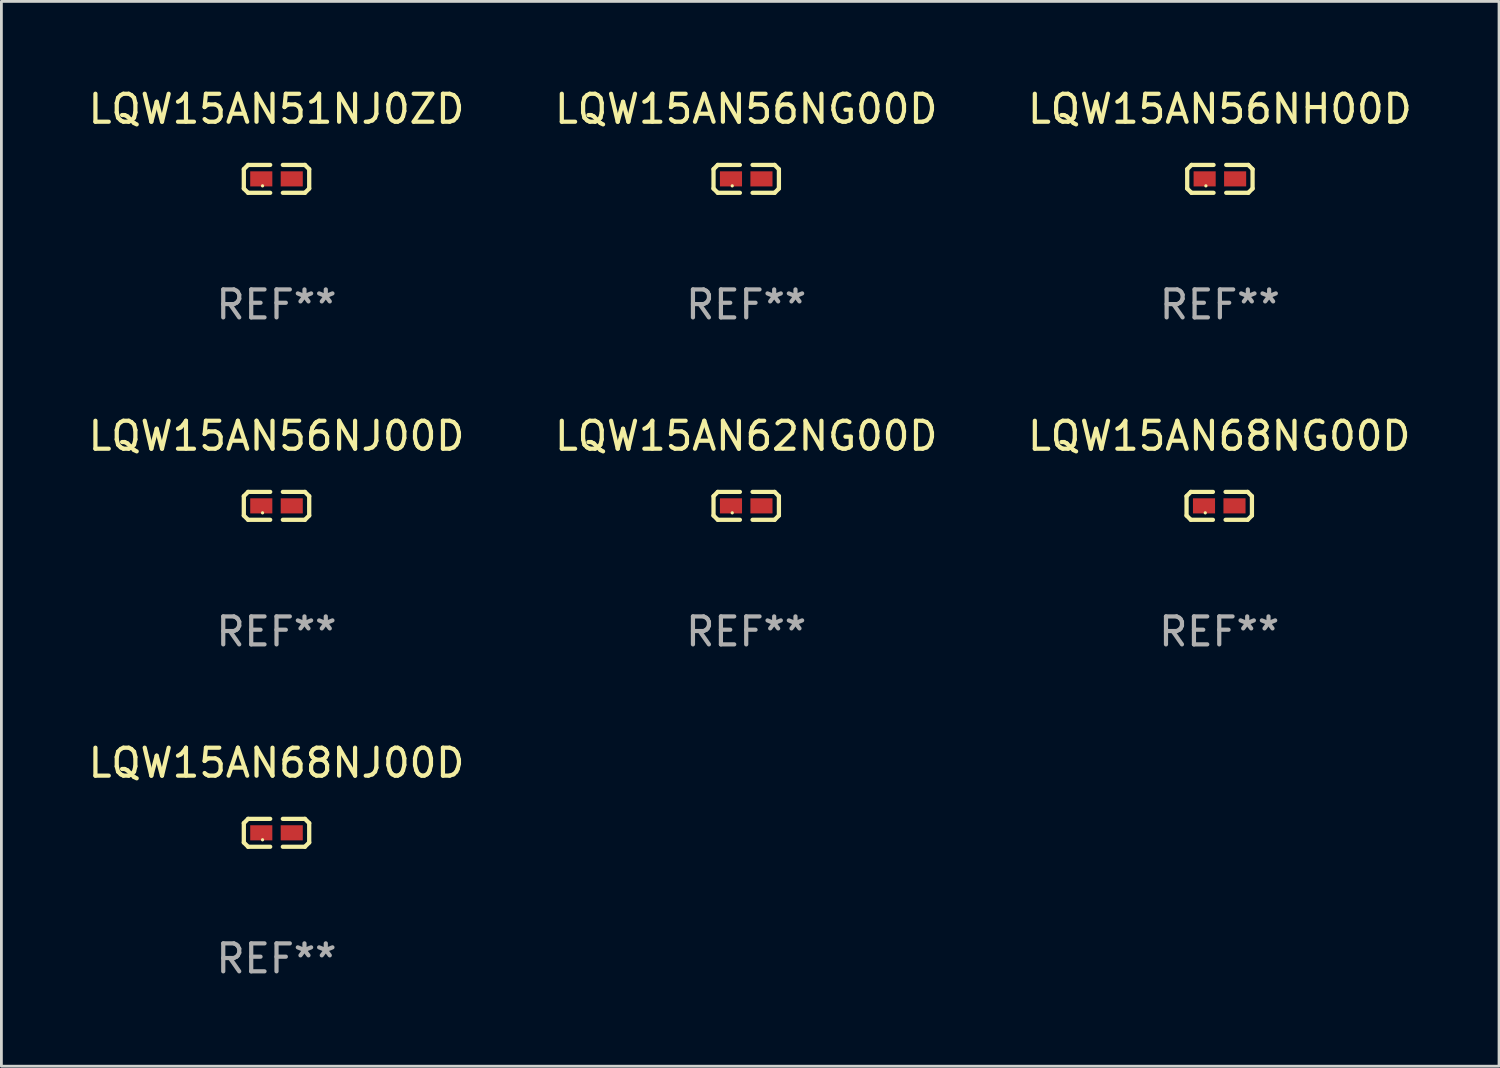
<source format=kicad_pcb>
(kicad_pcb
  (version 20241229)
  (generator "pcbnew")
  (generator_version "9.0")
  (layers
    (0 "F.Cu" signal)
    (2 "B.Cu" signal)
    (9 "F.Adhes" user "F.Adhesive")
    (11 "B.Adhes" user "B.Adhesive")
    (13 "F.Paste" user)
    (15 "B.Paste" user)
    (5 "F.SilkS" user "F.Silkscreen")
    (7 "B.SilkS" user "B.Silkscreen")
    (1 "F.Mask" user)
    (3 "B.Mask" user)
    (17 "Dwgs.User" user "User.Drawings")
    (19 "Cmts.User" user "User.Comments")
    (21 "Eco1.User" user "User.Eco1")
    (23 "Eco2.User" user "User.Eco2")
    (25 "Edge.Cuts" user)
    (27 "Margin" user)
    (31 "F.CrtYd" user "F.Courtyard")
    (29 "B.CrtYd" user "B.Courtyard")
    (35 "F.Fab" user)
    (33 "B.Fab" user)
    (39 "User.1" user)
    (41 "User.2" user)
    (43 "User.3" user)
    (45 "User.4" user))
  (footprint "LQW15AN68NJ00D"
    (layer "F.Cu")
    (at 6.839 26.734)
    (property "Reference" "LQW15AN68NJ00D" (at 0 -2.499 0) (layer "F.SilkS") (effects (font (size 1 1) (thickness 0.15))))
    (attr through_hole)
    (fp_line (start -1.169 -0.346) (end -1.016 -0.499) (stroke (width 0.152) (type solid)) (layer "F.SilkS"))
    (fp_line (start -1.169 0.346) (end -1.169 -0.346) (stroke (width 0.152) (type solid)) (layer "F.SilkS"))
    (fp_line (start -1.016 -0.499) (end -0.226 -0.499) (stroke (width 0.152) (type solid)) (layer "F.SilkS"))
    (fp_line (start -1.016 0.499) (end -1.169 0.346) (stroke (width 0.152) (type solid)) (layer "F.SilkS"))
    (fp_line (start -0.226 0.499) (end -1.016 0.499) (stroke (width 0.152) (type solid)) (layer "F.SilkS"))
    (fp_line (start 0.226 0.499) (end 1.016 0.499) (stroke (width 0.152) (type solid)) (layer "F.SilkS"))
    (fp_line (start 1.016 -0.499) (end 0.226 -0.499) (stroke (width 0.152) (type solid)) (layer "F.SilkS"))
    (fp_line (start 1.016 0.499) (end 1.169 0.346) (stroke (width 0.152) (type solid)) (layer "F.SilkS"))
    (fp_line (start 1.169 -0.346) (end 1.016 -0.499) (stroke (width 0.152) (type solid)) (layer "F.SilkS"))
    (fp_line (start 1.169 0.346) (end 1.169 -0.346) (stroke (width 0.152) (type solid)) (layer "F.SilkS"))
    (fp_circle (center -0.5 0.25) (end -0.47 0.25) (stroke (width 0.06) (type solid)) (fill no) (layer "F.SilkS"))
    (fp_text user "REF**" (at 0 4.499 0) (layer "F.Fab") (effects (font (size 1 1) (thickness 0.15))))
    (pad "1" smd rect (at -0.545 0) (size 0.79 0.54) (layers "F.Cu" "F.Mask" "F.Paste"))
    (pad "2" smd rect (at 0.545 0) (size 0.79 0.54) (layers "F.Cu" "F.Mask" "F.Paste")))
  (footprint "LQW15AN51NJ0ZD"
    (layer "F.Cu")
    (at 6.839 3.347)
    (property "Reference" "LQW15AN51NJ0ZD" (at 0 -2.499 0) (layer "F.SilkS") (effects (font (size 1 1) (thickness 0.15))))
    (attr through_hole)
    (fp_line (start -1.169 -0.346) (end -1.016 -0.499) (stroke (width 0.152) (type solid)) (layer "F.SilkS"))
    (fp_line (start -1.169 0.346) (end -1.169 -0.346) (stroke (width 0.152) (type solid)) (layer "F.SilkS"))
    (fp_line (start -1.016 -0.499) (end -0.226 -0.499) (stroke (width 0.152) (type solid)) (layer "F.SilkS"))
    (fp_line (start -1.016 0.499) (end -1.169 0.346) (stroke (width 0.152) (type solid)) (layer "F.SilkS"))
    (fp_line (start -0.226 0.499) (end -1.016 0.499) (stroke (width 0.152) (type solid)) (layer "F.SilkS"))
    (fp_line (start 0.226 0.499) (end 1.016 0.499) (stroke (width 0.152) (type solid)) (layer "F.SilkS"))
    (fp_line (start 1.016 -0.499) (end 0.226 -0.499) (stroke (width 0.152) (type solid)) (layer "F.SilkS"))
    (fp_line (start 1.016 0.499) (end 1.169 0.346) (stroke (width 0.152) (type solid)) (layer "F.SilkS"))
    (fp_line (start 1.169 -0.346) (end 1.016 -0.499) (stroke (width 0.152) (type solid)) (layer "F.SilkS"))
    (fp_line (start 1.169 0.346) (end 1.169 -0.346) (stroke (width 0.152) (type solid)) (layer "F.SilkS"))
    (fp_circle (center -0.5 0.25) (end -0.47 0.25) (stroke (width 0.06) (type solid)) (fill no) (layer "F.SilkS"))
    (fp_text user "REF**" (at 0 4.499 0) (layer "F.Fab") (effects (font (size 1 1) (thickness 0.15))))
    (pad "1" smd rect (at -0.545 0) (size 0.79 0.54) (layers "F.Cu" "F.Mask" "F.Paste"))
    (pad "2" smd rect (at 0.545 0) (size 0.79 0.54) (layers "F.Cu" "F.Mask" "F.Paste")))
  (footprint "LQW15AN56NG00D"
    (layer "F.Cu")
    (at 23.637 3.347)
    (property "Reference" "LQW15AN56NG00D" (at 0 -2.499 0) (layer "F.SilkS") (effects (font (size 1 1) (thickness 0.15))))
    (attr through_hole)
    (fp_line (start -1.169 -0.346) (end -1.016 -0.499) (stroke (width 0.152) (type solid)) (layer "F.SilkS"))
    (fp_line (start -1.169 0.346) (end -1.169 -0.346) (stroke (width 0.152) (type solid)) (layer "F.SilkS"))
    (fp_line (start -1.016 -0.499) (end -0.226 -0.499) (stroke (width 0.152) (type solid)) (layer "F.SilkS"))
    (fp_line (start -1.016 0.499) (end -1.169 0.346) (stroke (width 0.152) (type solid)) (layer "F.SilkS"))
    (fp_line (start -0.226 0.499) (end -1.016 0.499) (stroke (width 0.152) (type solid)) (layer "F.SilkS"))
    (fp_line (start 0.226 0.499) (end 1.016 0.499) (stroke (width 0.152) (type solid)) (layer "F.SilkS"))
    (fp_line (start 1.016 -0.499) (end 0.226 -0.499) (stroke (width 0.152) (type solid)) (layer "F.SilkS"))
    (fp_line (start 1.016 0.499) (end 1.169 0.346) (stroke (width 0.152) (type solid)) (layer "F.SilkS"))
    (fp_line (start 1.169 -0.346) (end 1.016 -0.499) (stroke (width 0.152) (type solid)) (layer "F.SilkS"))
    (fp_line (start 1.169 0.346) (end 1.169 -0.346) (stroke (width 0.152) (type solid)) (layer "F.SilkS"))
    (fp_circle (center -0.5 0.25) (end -0.47 0.25) (stroke (width 0.06) (type solid)) (fill no) (layer "F.SilkS"))
    (fp_text user "REF**" (at 0 4.499 0) (layer "F.Fab") (effects (font (size 1 1) (thickness 0.15))))
    (pad "1" smd rect (at -0.545 0) (size 0.79 0.54) (layers "F.Cu" "F.Mask" "F.Paste"))
    (pad "2" smd rect (at 0.545 0) (size 0.79 0.54) (layers "F.Cu" "F.Mask" "F.Paste")))
  (footprint "LQW15AN68NG00D"
    (layer "F.Cu")
    (at 40.554 15.041)
    (property "Reference" "LQW15AN68NG00D" (at 0 -2.499 0) (layer "F.SilkS") (effects (font (size 1 1) (thickness 0.15))))
    (attr through_hole)
    (fp_line (start -1.169 -0.346) (end -1.016 -0.499) (stroke (width 0.152) (type solid)) (layer "F.SilkS"))
    (fp_line (start -1.169 0.346) (end -1.169 -0.346) (stroke (width 0.152) (type solid)) (layer "F.SilkS"))
    (fp_line (start -1.016 -0.499) (end -0.226 -0.499) (stroke (width 0.152) (type solid)) (layer "F.SilkS"))
    (fp_line (start -1.016 0.499) (end -1.169 0.346) (stroke (width 0.152) (type solid)) (layer "F.SilkS"))
    (fp_line (start -0.226 0.499) (end -1.016 0.499) (stroke (width 0.152) (type solid)) (layer "F.SilkS"))
    (fp_line (start 0.226 0.499) (end 1.016 0.499) (stroke (width 0.152) (type solid)) (layer "F.SilkS"))
    (fp_line (start 1.016 -0.499) (end 0.226 -0.499) (stroke (width 0.152) (type solid)) (layer "F.SilkS"))
    (fp_line (start 1.016 0.499) (end 1.169 0.346) (stroke (width 0.152) (type solid)) (layer "F.SilkS"))
    (fp_line (start 1.169 -0.346) (end 1.016 -0.499) (stroke (width 0.152) (type solid)) (layer "F.SilkS"))
    (fp_line (start 1.169 0.346) (end 1.169 -0.346) (stroke (width 0.152) (type solid)) (layer "F.SilkS"))
    (fp_circle (center -0.5 0.25) (end -0.47 0.25) (stroke (width 0.06) (type solid)) (fill no) (layer "F.SilkS"))
    (fp_text user "REF**" (at 0 4.499 0) (layer "F.Fab") (effects (font (size 1 1) (thickness 0.15))))
    (pad "1" smd rect (at -0.545 0) (size 0.79 0.54) (layers "F.Cu" "F.Mask" "F.Paste"))
    (pad "2" smd rect (at 0.545 0) (size 0.79 0.54) (layers "F.Cu" "F.Mask" "F.Paste")))
  (footprint "LQW15AN56NH00D"
    (layer "F.Cu")
    (at 40.577 3.347)
    (property "Reference" "LQW15AN56NH00D" (at 0 -2.499 0) (layer "F.SilkS") (effects (font (size 1 1) (thickness 0.15))))
    (attr through_hole)
    (fp_line (start -1.169 -0.346) (end -1.016 -0.499) (stroke (width 0.152) (type solid)) (layer "F.SilkS"))
    (fp_line (start -1.169 0.346) (end -1.169 -0.346) (stroke (width 0.152) (type solid)) (layer "F.SilkS"))
    (fp_line (start -1.016 -0.499) (end -0.226 -0.499) (stroke (width 0.152) (type solid)) (layer "F.SilkS"))
    (fp_line (start -1.016 0.499) (end -1.169 0.346) (stroke (width 0.152) (type solid)) (layer "F.SilkS"))
    (fp_line (start -0.226 0.499) (end -1.016 0.499) (stroke (width 0.152) (type solid)) (layer "F.SilkS"))
    (fp_line (start 0.226 0.499) (end 1.016 0.499) (stroke (width 0.152) (type solid)) (layer "F.SilkS"))
    (fp_line (start 1.016 -0.499) (end 0.226 -0.499) (stroke (width 0.152) (type solid)) (layer "F.SilkS"))
    (fp_line (start 1.016 0.499) (end 1.169 0.346) (stroke (width 0.152) (type solid)) (layer "F.SilkS"))
    (fp_line (start 1.169 -0.346) (end 1.016 -0.499) (stroke (width 0.152) (type solid)) (layer "F.SilkS"))
    (fp_line (start 1.169 0.346) (end 1.169 -0.346) (stroke (width 0.152) (type solid)) (layer "F.SilkS"))
    (fp_circle (center -0.5 0.25) (end -0.47 0.25) (stroke (width 0.06) (type solid)) (fill no) (layer "F.SilkS"))
    (fp_text user "REF**" (at 0 4.499 0) (layer "F.Fab") (effects (font (size 1 1) (thickness 0.15))))
    (pad "1" smd rect (at -0.545 0) (size 0.79 0.54) (layers "F.Cu" "F.Mask" "F.Paste"))
    (pad "2" smd rect (at 0.545 0) (size 0.79 0.54) (layers "F.Cu" "F.Mask" "F.Paste")))
  (footprint "LQW15AN62NG00D"
    (layer "F.Cu")
    (at 23.637 15.041)
    (property "Reference" "LQW15AN62NG00D" (at 0 -2.499 0) (layer "F.SilkS") (effects (font (size 1 1) (thickness 0.15))))
    (attr through_hole)
    (fp_line (start -1.169 -0.346) (end -1.016 -0.499) (stroke (width 0.152) (type solid)) (layer "F.SilkS"))
    (fp_line (start -1.169 0.346) (end -1.169 -0.346) (stroke (width 0.152) (type solid)) (layer "F.SilkS"))
    (fp_line (start -1.016 -0.499) (end -0.226 -0.499) (stroke (width 0.152) (type solid)) (layer "F.SilkS"))
    (fp_line (start -1.016 0.499) (end -1.169 0.346) (stroke (width 0.152) (type solid)) (layer "F.SilkS"))
    (fp_line (start -0.226 0.499) (end -1.016 0.499) (stroke (width 0.152) (type solid)) (layer "F.SilkS"))
    (fp_line (start 0.226 0.499) (end 1.016 0.499) (stroke (width 0.152) (type solid)) (layer "F.SilkS"))
    (fp_line (start 1.016 -0.499) (end 0.226 -0.499) (stroke (width 0.152) (type solid)) (layer "F.SilkS"))
    (fp_line (start 1.016 0.499) (end 1.169 0.346) (stroke (width 0.152) (type solid)) (layer "F.SilkS"))
    (fp_line (start 1.169 -0.346) (end 1.016 -0.499) (stroke (width 0.152) (type solid)) (layer "F.SilkS"))
    (fp_line (start 1.169 0.346) (end 1.169 -0.346) (stroke (width 0.152) (type solid)) (layer "F.SilkS"))
    (fp_circle (center -0.5 0.25) (end -0.47 0.25) (stroke (width 0.06) (type solid)) (fill no) (layer "F.SilkS"))
    (fp_text user "REF**" (at 0 4.499 0) (layer "F.Fab") (effects (font (size 1 1) (thickness 0.15))))
    (pad "1" smd rect (at -0.545 0) (size 0.79 0.54) (layers "F.Cu" "F.Mask" "F.Paste"))
    (pad "2" smd rect (at 0.545 0) (size 0.79 0.54) (layers "F.Cu" "F.Mask" "F.Paste")))
  (footprint "LQW15AN56NJ00D"
    (layer "F.Cu")
    (at 6.839 15.041)
    (property "Reference" "LQW15AN56NJ00D" (at 0 -2.499 0) (layer "F.SilkS") (effects (font (size 1 1) (thickness 0.15))))
    (attr through_hole)
    (fp_line (start -1.169 -0.346) (end -1.016 -0.499) (stroke (width 0.152) (type solid)) (layer "F.SilkS"))
    (fp_line (start -1.169 0.346) (end -1.169 -0.346) (stroke (width 0.152) (type solid)) (layer "F.SilkS"))
    (fp_line (start -1.016 -0.499) (end -0.226 -0.499) (stroke (width 0.152) (type solid)) (layer "F.SilkS"))
    (fp_line (start -1.016 0.499) (end -1.169 0.346) (stroke (width 0.152) (type solid)) (layer "F.SilkS"))
    (fp_line (start -0.226 0.499) (end -1.016 0.499) (stroke (width 0.152) (type solid)) (layer "F.SilkS"))
    (fp_line (start 0.226 0.499) (end 1.016 0.499) (stroke (width 0.152) (type solid)) (layer "F.SilkS"))
    (fp_line (start 1.016 -0.499) (end 0.226 -0.499) (stroke (width 0.152) (type solid)) (layer "F.SilkS"))
    (fp_line (start 1.016 0.499) (end 1.169 0.346) (stroke (width 0.152) (type solid)) (layer "F.SilkS"))
    (fp_line (start 1.169 -0.346) (end 1.016 -0.499) (stroke (width 0.152) (type solid)) (layer "F.SilkS"))
    (fp_line (start 1.169 0.346) (end 1.169 -0.346) (stroke (width 0.152) (type solid)) (layer "F.SilkS"))
    (fp_circle (center -0.5 0.25) (end -0.47 0.25) (stroke (width 0.06) (type solid)) (fill no) (layer "F.SilkS"))
    (fp_text user "REF**" (at 0 4.499 0) (layer "F.Fab") (effects (font (size 1 1) (thickness 0.15))))
    (pad "1" smd rect (at -0.545 0) (size 0.79 0.54) (layers "F.Cu" "F.Mask" "F.Paste"))
    (pad "2" smd rect (at 0.545 0) (size 0.79 0.54) (layers "F.Cu" "F.Mask" "F.Paste")))
  (gr_rect
    (start -3 -3)
    (end 50.56 35.081)
    (stroke (width 0.1) (type default))
    (fill no)
    (layer "Edge.Cuts")))
</source>
